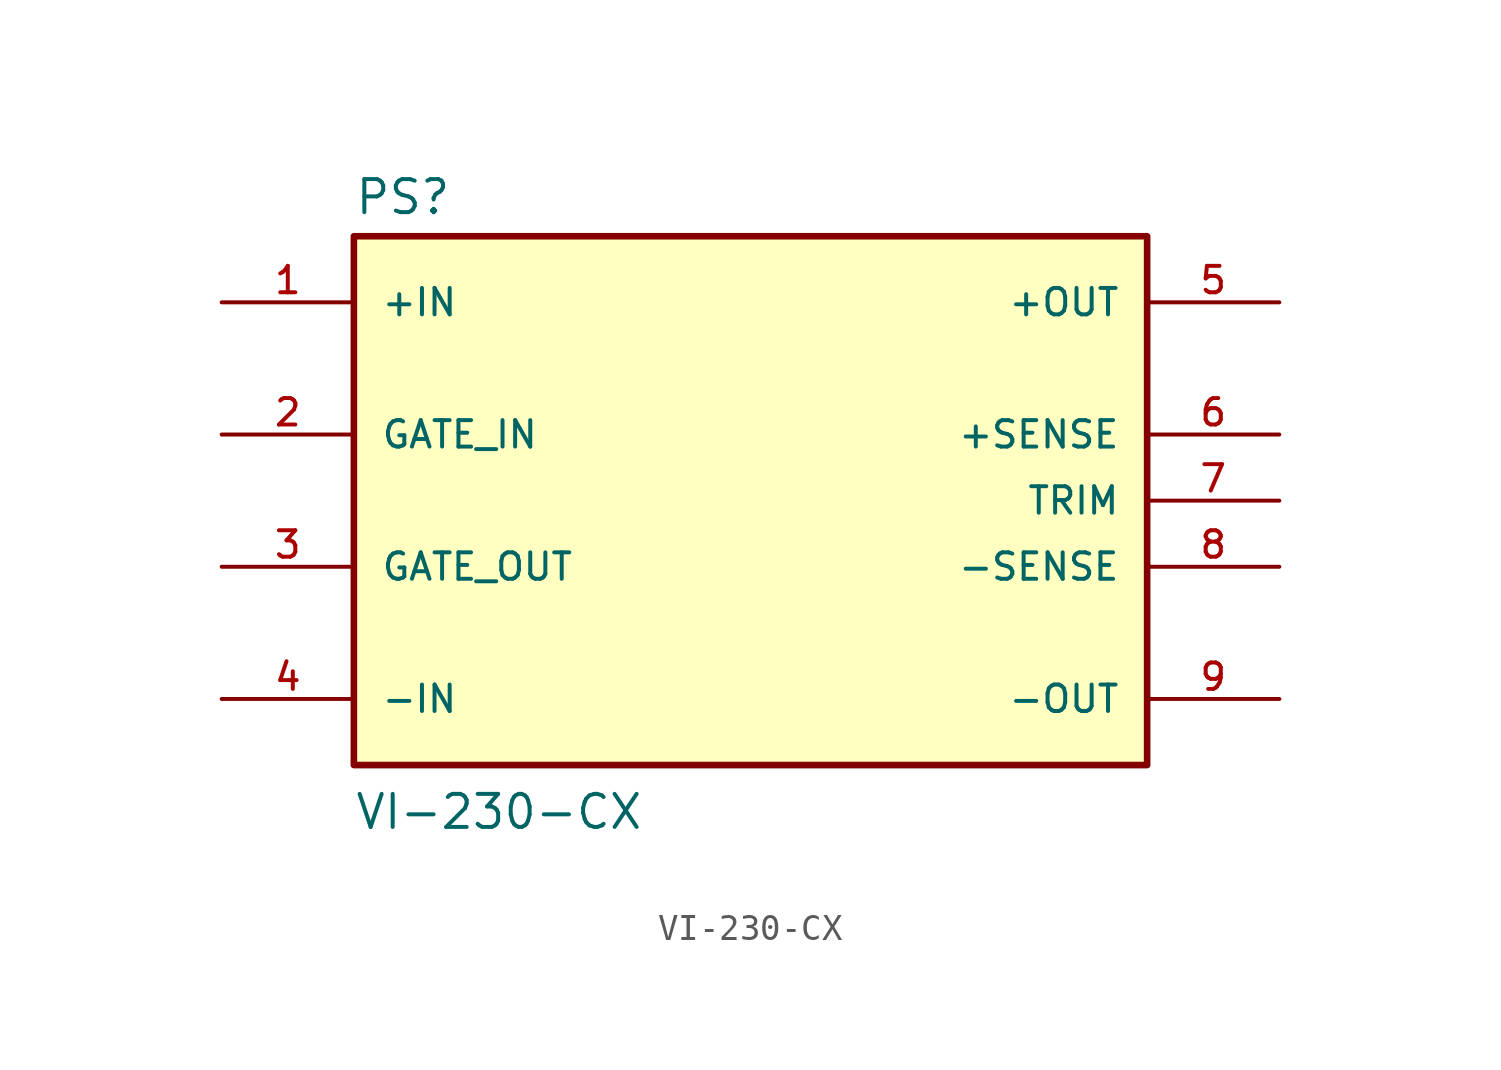
<source format=kicad_sym>
(kicad_symbol_lib
  (version 20211014)
  (generator kicad_symbol_editor)
  (symbol "VI-230-CX"
    (pin_names
      (offset 1.016))
    (property "Reference" "PS"
      (at -15.24 10.922 0)
      (effects (font (size 1.27 1.27)) (justify left bottom)))
    (property "Value" "VI-230-CX"
      (at -15.24 -12.7 0)
      (effects (font (size 1.27 1.27)) (justify left bottom)))
    (property "ki_locked" ""
      (at 0 0 0)
      (effects (font (size 1.27 1.27))))
    (symbol "VI-230-CX_0_0"
      (rectangle (start -15.24 -10.16) (end 15.24 10.16) (stroke (width 0.254) (type default) (color 0 0 0 0)) (fill (type background)))
      (pin power_in line (at -20.32 7.62 0) (length 5.08) (name "+IN" (effects (font (size 1.016 1.016)))) (number "1" (effects (font (size 1.016 1.016)))))
      (pin input line (at -20.32 2.54 0) (length 5.08) (name "GATE_IN" (effects (font (size 1.016 1.016)))) (number "2" (effects (font (size 1.016 1.016)))))
      (pin output line (at -20.32 -2.54 0) (length 5.08) (name "GATE_OUT" (effects (font (size 1.016 1.016)))) (number "3" (effects (font (size 1.016 1.016)))))
      (pin power_in line (at -20.32 -7.62 0) (length 5.08) (name "-IN" (effects (font (size 1.016 1.016)))) (number "4" (effects (font (size 1.016 1.016)))))
      (pin power_out line (at 20.32 7.62 180) (length 5.08) (name "+OUT" (effects (font (size 1.016 1.016)))) (number "5" (effects (font (size 1.016 1.016)))))
      (pin power_in line (at 20.32 2.54 180) (length 5.08) (name "+SENSE" (effects (font (size 1.016 1.016)))) (number "6" (effects (font (size 1.016 1.016)))))
      (pin input line (at 20.32 0 180) (length 5.08) (name "TRIM" (effects (font (size 1.016 1.016)))) (number "7" (effects (font (size 1.016 1.016)))))
      (pin power_in line (at 20.32 -2.54 180) (length 5.08) (name "-SENSE" (effects (font (size 1.016 1.016)))) (number "8" (effects (font (size 1.016 1.016)))))
      (pin power_out line (at 20.32 -7.62 180) (length 5.08) (name "-OUT" (effects (font (size 1.016 1.016)))) (number "9" (effects (font (size 1.016 1.016))))))))
</source>
